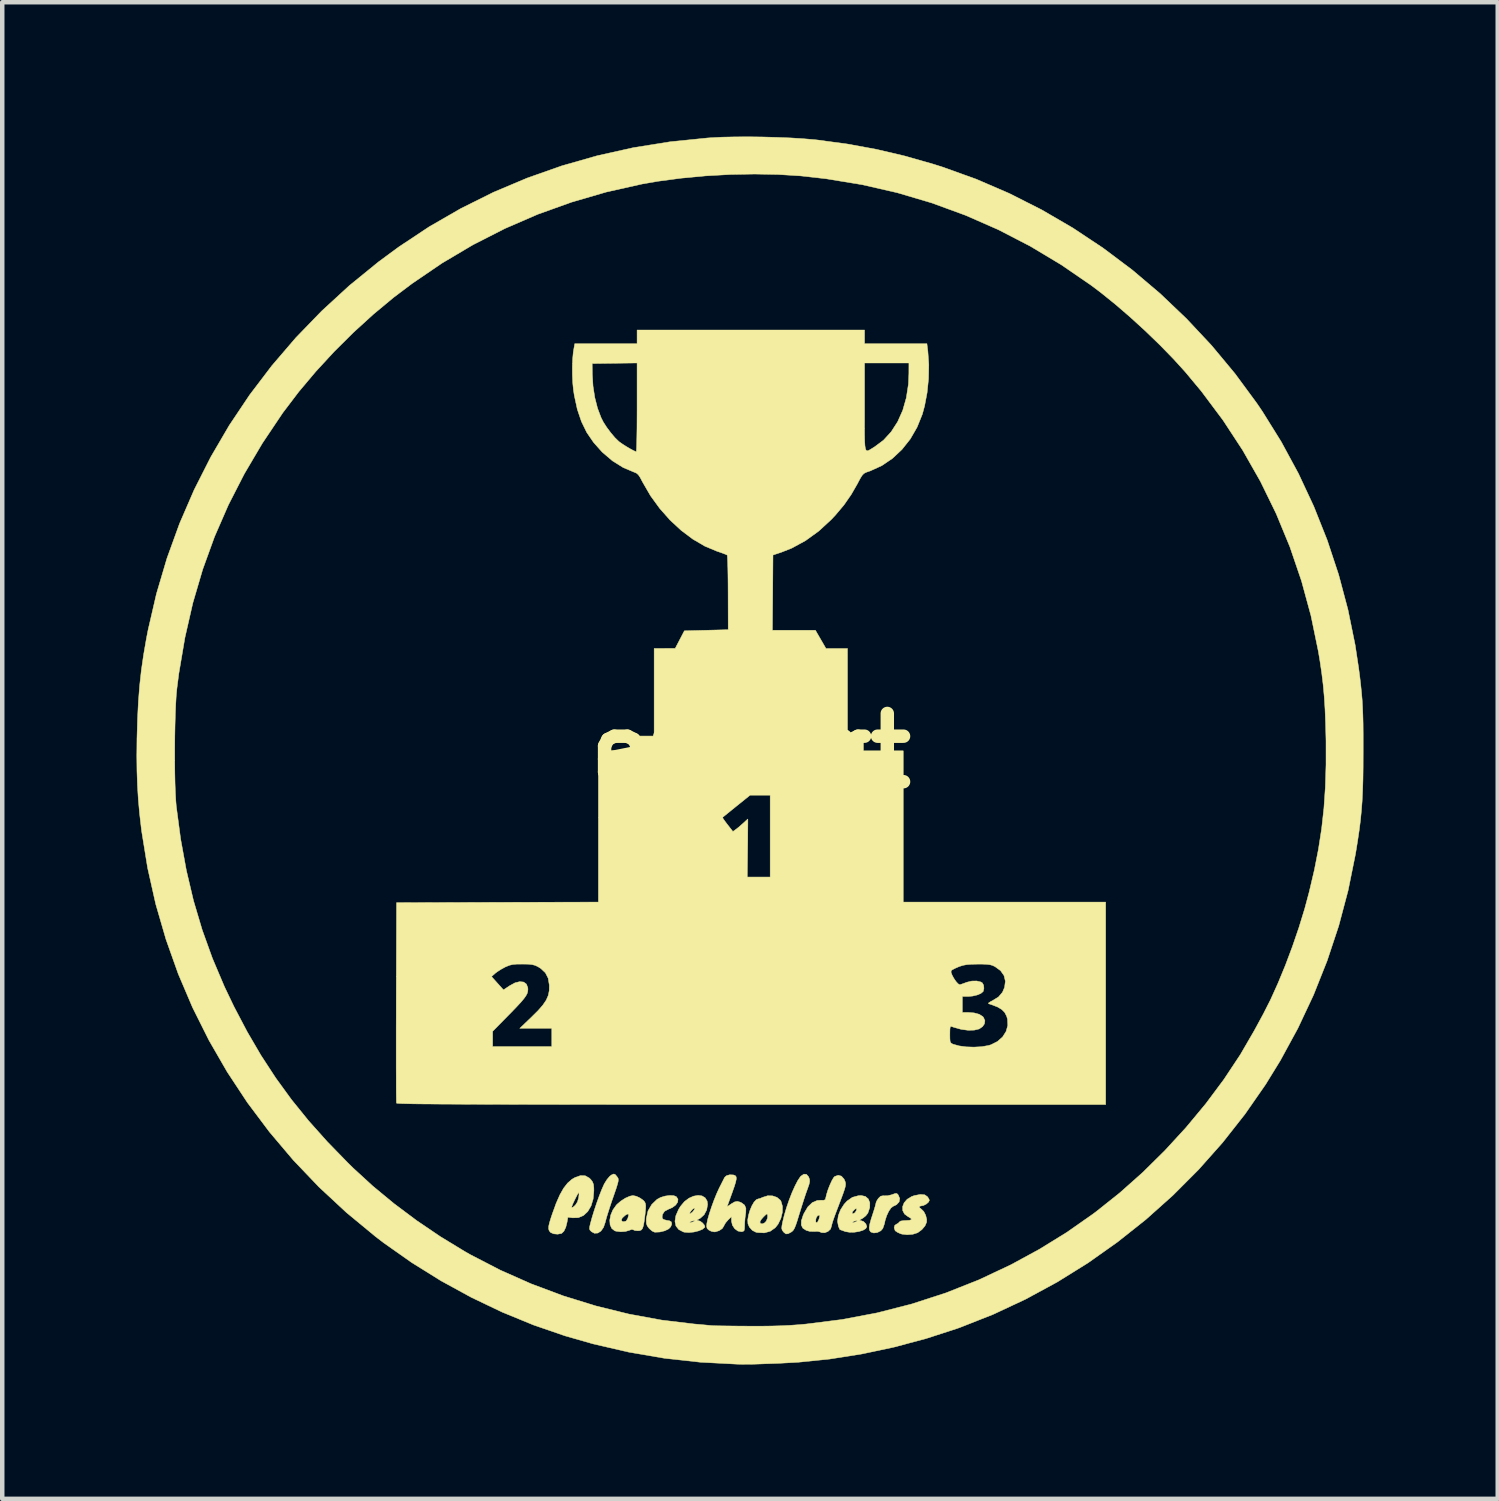
<source format=kicad_pcb>
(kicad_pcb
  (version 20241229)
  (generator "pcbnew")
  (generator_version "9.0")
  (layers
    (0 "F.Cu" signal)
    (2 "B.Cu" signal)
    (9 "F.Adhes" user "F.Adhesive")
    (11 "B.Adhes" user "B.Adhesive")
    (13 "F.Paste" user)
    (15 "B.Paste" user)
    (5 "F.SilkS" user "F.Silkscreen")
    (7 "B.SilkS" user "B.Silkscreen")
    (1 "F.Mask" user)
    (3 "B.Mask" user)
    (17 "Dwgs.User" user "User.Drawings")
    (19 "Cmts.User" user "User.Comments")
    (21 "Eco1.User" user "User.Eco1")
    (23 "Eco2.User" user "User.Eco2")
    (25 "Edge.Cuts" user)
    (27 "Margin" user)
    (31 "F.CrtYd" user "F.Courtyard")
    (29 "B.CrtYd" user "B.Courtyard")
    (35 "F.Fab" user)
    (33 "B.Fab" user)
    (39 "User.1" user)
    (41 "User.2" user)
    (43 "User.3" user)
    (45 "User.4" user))
  (footprint "export"
    (layer "F.Cu")
    (at 13.718 13.718)
    (property "Reference" "export" (at 0 0 0) (layer "F.SilkS") (effects (font (size 1.524 1.524) (thickness 0.3))))
    (attr through_hole)
    (fp_poly (pts (xy -3.032 9.459) (xy -2.996 9.5) (xy -2.976 9.526) (xy -2.963 9.55) (xy -2.959 9.581) (xy -2.964 9.625) (xy -2.981 9.689) (xy -3.01 9.782) (xy -3.054 9.91) (xy -3.097 10.033) (xy -3.144 10.173) (xy -3.187 10.308) (xy -3.223 10.424) (xy -3.246 10.51) (xy -3.251 10.531) (xy -3.29 10.644) (xy -3.348 10.726) (xy -3.418 10.77) (xy -3.493 10.774) (xy -3.554 10.742) (xy -3.589 10.709) (xy -3.603 10.677) (xy -3.599 10.627) (xy -3.583 10.559) (xy -3.546 10.423) (xy -3.498 10.267) (xy -3.444 10.104) (xy -3.387 9.946) (xy -3.333 9.807) (xy -3.285 9.698) (xy -3.269 9.665) (xy -3.213 9.576) (xy -3.155 9.506) (xy -3.117 9.475) (xy -3.065 9.451) (xy -3.032 9.459)) (stroke (width 0.01) (type solid)) (fill yes) (layer "F.SilkS"))
    (fp_poly (pts (xy -1.722 9.934) (xy -1.664 9.957) (xy -1.627 10.013) (xy -1.633 10.078) (xy -1.678 10.144) (xy -1.755 10.201) (xy -1.835 10.235) (xy -1.926 10.283) (xy -1.973 10.354) (xy -1.981 10.412) (xy -1.974 10.445) (xy -1.945 10.468) (xy -1.883 10.485) (xy -1.816 10.496) (xy -1.775 10.521) (xy -1.766 10.57) (xy -1.788 10.628) (xy -1.832 10.675) (xy -1.92 10.719) (xy -2.03 10.746) (xy -2.136 10.751) (xy -2.152 10.749) (xy -2.204 10.725) (xy -2.262 10.675) (xy -2.275 10.661) (xy -2.314 10.608) (xy -2.332 10.556) (xy -2.335 10.484) (xy -2.332 10.437) (xy -2.296 10.275) (xy -2.213 10.132) (xy -2.094 10.017) (xy -2.014 9.974) (xy -1.915 9.944) (xy -1.812 9.93) (xy -1.722 9.934)) (stroke (width 0.01) (type solid)) (fill yes) (layer "F.SilkS"))
    (fp_poly (pts (xy 1.243 9.459) (xy 1.29 9.513) (xy 1.297 9.529) (xy 1.312 9.574) (xy 1.314 9.62) (xy 1.302 9.679) (xy 1.272 9.766) (xy 1.259 9.802) (xy 1.224 9.9) (xy 1.181 10.031) (xy 1.134 10.179) (xy 1.088 10.328) (xy 1.081 10.349) (xy 1.038 10.491) (xy 1.004 10.592) (xy 0.976 10.66) (xy 0.95 10.705) (xy 0.922 10.734) (xy 0.9 10.749) (xy 0.832 10.785) (xy 0.785 10.789) (xy 0.744 10.759) (xy 0.725 10.739) (xy 0.7 10.703) (xy 0.69 10.664) (xy 0.695 10.606) (xy 0.709 10.53) (xy 0.747 10.372) (xy 0.797 10.203) (xy 0.856 10.031) (xy 0.92 9.866) (xy 0.986 9.719) (xy 1.048 9.599) (xy 1.104 9.515) (xy 1.118 9.499) (xy 1.185 9.454) (xy 1.243 9.459)) (stroke (width 0.01) (type solid)) (fill yes) (layer "F.SilkS"))
    (fp_poly (pts (xy 3.283 9.906) (xy 3.292 9.919) (xy 3.326 9.998) (xy 3.312 10.074) (xy 3.255 10.136) (xy 3.179 10.172) (xy 3.131 10.209) (xy 3.08 10.283) (xy 3.034 10.382) (xy 2.998 10.494) (xy 2.985 10.56) (xy 2.948 10.667) (xy 2.903 10.719) (xy 2.826 10.758) (xy 2.746 10.768) (xy 2.681 10.747) (xy 2.672 10.739) (xy 2.65 10.703) (xy 2.644 10.65) (xy 2.656 10.572) (xy 2.686 10.461) (xy 2.718 10.363) (xy 2.751 10.26) (xy 2.777 10.173) (xy 2.792 10.114) (xy 2.794 10.1) (xy 2.809 10.057) (xy 2.845 10.001) (xy 2.848 9.996) (xy 2.899 9.947) (xy 2.956 9.936) (xy 2.98 9.938) (xy 3.054 9.936) (xy 3.14 9.916) (xy 3.157 9.91) (xy 3.222 9.887) (xy 3.258 9.885) (xy 3.283 9.906)) (stroke (width 0.01) (type solid)) (fill yes) (layer "F.SilkS"))
    (fp_poly (pts (xy 0.485 9.939) (xy 0.584 9.973) (xy 0.658 10.035) (xy 0.674 10.06) (xy 0.707 10.173) (xy 0.705 10.306) (xy 0.671 10.443) (xy 0.609 10.571) (xy 0.547 10.649) (xy 0.435 10.729) (xy 0.3 10.766) (xy 0.147 10.758) (xy 0.114 10.751) (xy 0.034 10.71) (xy -0.032 10.637) (xy -0.064 10.564) (xy -0.066 10.526) (xy 0.203 10.526) (xy 0.22 10.56) (xy 0.261 10.564) (xy 0.31 10.541) (xy 0.344 10.504) (xy 0.372 10.438) (xy 0.376 10.384) (xy 0.369 10.35) (xy 0.355 10.344) (xy 0.322 10.371) (xy 0.286 10.406) (xy 0.235 10.463) (xy 0.206 10.513) (xy 0.203 10.526) (xy -0.066 10.526) (xy -0.069 10.477) (xy -0.052 10.373) (xy -0.02 10.265) (xy 0.023 10.162) (xy 0.072 10.078) (xy 0.124 10.023) (xy 0.162 10.008) (xy 0.208 9.996) (xy 0.27 9.97) (xy 0.375 9.937) (xy 0.485 9.939)) (stroke (width 0.01) (type solid)) (fill yes) (layer "F.SilkS"))
    (fp_poly (pts (xy -2.557 9.948) (xy -2.471 9.989) (xy -2.398 10.042) (xy -2.372 10.072) (xy -2.355 10.107) (xy -2.347 10.154) (xy -2.349 10.224) (xy -2.359 10.329) (xy -2.363 10.367) (xy -2.381 10.507) (xy -2.398 10.604) (xy -2.419 10.667) (xy -2.446 10.701) (xy -2.484 10.716) (xy -2.525 10.719) (xy -2.588 10.713) (xy -2.626 10.697) (xy -2.628 10.695) (xy -2.659 10.688) (xy -2.712 10.708) (xy -2.8 10.734) (xy -2.908 10.741) (xy -3.011 10.728) (xy -3.04 10.719) (xy -3.106 10.667) (xy -3.143 10.585) (xy -3.15 10.482) (xy -3.15 10.481) (xy -2.892 10.481) (xy -2.872 10.51) (xy -2.836 10.516) (xy -2.785 10.502) (xy -2.752 10.452) (xy -2.746 10.435) (xy -2.728 10.368) (xy -2.739 10.342) (xy -2.78 10.357) (xy -2.813 10.38) (xy -2.872 10.435) (xy -2.892 10.481) (xy -3.15 10.481) (xy -3.129 10.369) (xy -3.081 10.254) (xy -3.006 10.148) (xy -2.991 10.131) (xy -2.901 10.054) (xy -2.8 9.989) (xy -2.701 9.946) (xy -2.633 9.932) (xy -2.557 9.948)) (stroke (width 0.01) (type solid)) (fill yes) (layer "F.SilkS"))
    (fp_poly (pts (xy 3.884 9.916) (xy 3.946 9.959) (xy 3.948 9.962) (xy 3.978 10.011) (xy 3.988 10.039) (xy 3.967 10.08) (xy 3.917 10.123) (xy 3.856 10.154) (xy 3.823 10.16) (xy 3.77 10.171) (xy 3.764 10.199) (xy 3.806 10.234) (xy 3.807 10.234) (xy 3.862 10.288) (xy 3.905 10.371) (xy 3.928 10.464) (xy 3.926 10.526) (xy 3.89 10.61) (xy 3.819 10.694) (xy 3.729 10.76) (xy 3.721 10.764) (xy 3.618 10.797) (xy 3.494 10.807) (xy 3.377 10.794) (xy 3.343 10.784) (xy 3.275 10.753) (xy 3.229 10.722) (xy 3.222 10.714) (xy 3.201 10.651) (xy 3.215 10.598) (xy 3.249 10.574) (xy 3.297 10.547) (xy 3.312 10.526) (xy 3.348 10.501) (xy 3.431 10.49) (xy 3.452 10.49) (xy 3.543 10.485) (xy 3.586 10.469) (xy 3.579 10.444) (xy 3.522 10.408) (xy 3.516 10.406) (xy 3.433 10.345) (xy 3.392 10.266) (xy 3.39 10.18) (xy 3.424 10.093) (xy 3.492 10.015) (xy 3.592 9.954) (xy 3.652 9.933) (xy 3.786 9.907) (xy 3.884 9.916)) (stroke (width 0.01) (type solid)) (fill yes) (layer "F.SilkS"))
    (fp_poly (pts (xy -3.696 9.491) (xy -3.604 9.543) (xy -3.57 9.579) (xy -3.534 9.629) (xy -3.514 9.684) (xy -3.506 9.76) (xy -3.505 9.827) (xy -3.521 10.008) (xy -3.568 10.164) (xy -3.641 10.288) (xy -3.736 10.377) (xy -3.851 10.426) (xy -3.977 10.43) (xy -4.085 10.416) (xy -4.103 10.523) (xy -4.132 10.64) (xy -4.174 10.728) (xy -4.224 10.777) (xy -4.23 10.779) (xy -4.314 10.795) (xy -4.401 10.787) (xy -4.468 10.759) (xy -4.479 10.749) (xy -4.505 10.714) (xy -4.516 10.673) (xy -4.514 10.618) (xy -4.496 10.539) (xy -4.462 10.427) (xy -4.434 10.343) (xy -4.376 10.184) (xy -4.001 10.184) (xy -3.999 10.201) (xy -3.971 10.19) (xy -3.961 10.185) (xy -3.915 10.142) (xy -3.874 10.077) (xy -3.871 10.07) (xy -3.847 9.99) (xy -3.837 9.916) (xy -3.837 9.913) (xy -3.839 9.873) (xy -3.848 9.869) (xy -3.87 9.904) (xy -3.891 9.944) (xy -3.934 10.03) (xy -3.973 10.113) (xy -3.98 10.13) (xy -4.001 10.184) (xy -4.376 10.184) (xy -4.349 10.108) (xy -4.265 9.917) (xy -4.181 9.768) (xy -4.092 9.654) (xy -3.996 9.57) (xy -3.926 9.529) (xy -3.803 9.486) (xy -3.696 9.491)) (stroke (width 0.01) (type solid)) (fill yes) (layer "F.SilkS"))
    (fp_poly (pts (xy -1.09 9.94) (xy -1.02 9.982) (xy -0.976 10.053) (xy -0.965 10.128) (xy -0.986 10.253) (xy -1.043 10.361) (xy -1.128 10.438) (xy -1.143 10.446) (xy -1.194 10.474) (xy -1.2 10.488) (xy -1.179 10.49) (xy -1.129 10.506) (xy -1.077 10.545) (xy -1.038 10.592) (xy -1.025 10.633) (xy -1.028 10.641) (xy -1.079 10.685) (xy -1.166 10.721) (xy -1.272 10.747) (xy -1.382 10.758) (xy -1.48 10.751) (xy -1.508 10.744) (xy -1.61 10.691) (xy -1.673 10.611) (xy -1.688 10.535) (xy -1.366 10.535) (xy -1.348 10.537) (xy -1.3 10.523) (xy -1.283 10.516) (xy -1.254 10.498) (xy -1.27 10.492) (xy -1.324 10.504) (xy -1.346 10.516) (xy -1.366 10.535) (xy -1.688 10.535) (xy -1.694 10.506) (xy -1.674 10.382) (xy -1.65 10.327) (xy -1.367 10.327) (xy -1.359 10.337) (xy -1.348 10.334) (xy -1.308 10.305) (xy -1.273 10.263) (xy -1.249 10.221) (xy -1.257 10.212) (xy -1.268 10.214) (xy -1.308 10.243) (xy -1.343 10.286) (xy -1.367 10.327) (xy -1.65 10.327) (xy -1.613 10.242) (xy -1.568 10.169) (xy -1.482 10.067) (xy -1.383 9.992) (xy -1.28 9.946) (xy -1.179 9.928) (xy -1.09 9.94)) (stroke (width 0.01) (type solid)) (fill yes) (layer "F.SilkS"))
    (fp_poly (pts (xy -0.388 9.472) (xy -0.381 9.474) (xy -0.346 9.488) (xy -0.327 9.515) (xy -0.324 9.56) (xy -0.338 9.631) (xy -0.37 9.734) (xy -0.42 9.877) (xy -0.428 9.898) (xy -0.531 10.183) (xy -0.44 10.12) (xy -0.364 10.075) (xy -0.304 10.062) (xy -0.241 10.078) (xy -0.204 10.096) (xy -0.139 10.146) (xy -0.11 10.215) (xy -0.112 10.315) (xy -0.117 10.345) (xy -0.129 10.436) (xy -0.137 10.544) (xy -0.138 10.592) (xy -0.141 10.672) (xy -0.15 10.715) (xy -0.174 10.733) (xy -0.21 10.74) (xy -0.288 10.725) (xy -0.359 10.673) (xy -0.411 10.595) (xy -0.432 10.505) (xy -0.432 10.5) (xy -0.432 10.404) (xy -0.509 10.478) (xy -0.562 10.54) (xy -0.597 10.599) (xy -0.601 10.611) (xy -0.638 10.669) (xy -0.707 10.716) (xy -0.791 10.742) (xy -0.819 10.744) (xy -0.884 10.73) (xy -0.937 10.703) (xy -0.975 10.668) (xy -0.987 10.623) (xy -0.982 10.556) (xy -0.962 10.459) (xy -0.924 10.329) (xy -0.875 10.181) (xy -0.819 10.028) (xy -0.76 9.883) (xy -0.703 9.759) (xy -0.697 9.748) (xy -0.651 9.657) (xy -0.612 9.58) (xy -0.588 9.532) (xy -0.585 9.526) (xy -0.542 9.488) (xy -0.47 9.468) (xy -0.388 9.472)) (stroke (width 0.01) (type solid)) (fill yes) (layer "F.SilkS"))
    (fp_poly (pts (xy 2.024 9.499) (xy 2.082 9.564) (xy 2.095 9.592) (xy 2.108 9.624) (xy 2.115 9.654) (xy 2.116 9.689) (xy 2.109 9.736) (xy 2.091 9.799) (xy 2.061 9.887) (xy 2.017 10.005) (xy 1.959 10.159) (xy 1.908 10.292) (xy 1.866 10.405) (xy 1.832 10.503) (xy 1.81 10.577) (xy 1.803 10.611) (xy 1.781 10.68) (xy 1.725 10.733) (xy 1.651 10.763) (xy 1.576 10.759) (xy 1.549 10.746) (xy 1.5 10.732) (xy 1.429 10.734) (xy 1.421 10.735) (xy 1.315 10.732) (xy 1.238 10.71) (xy 1.163 10.662) (xy 1.127 10.592) (xy 1.129 10.497) (xy 1.134 10.48) (xy 1.449 10.48) (xy 1.452 10.525) (xy 1.471 10.541) (xy 1.494 10.52) (xy 1.519 10.467) (xy 1.522 10.461) (xy 1.539 10.392) (xy 1.529 10.366) (xy 1.493 10.383) (xy 1.487 10.388) (xy 1.461 10.428) (xy 1.449 10.48) (xy 1.134 10.48) (xy 1.169 10.372) (xy 1.189 10.328) (xy 1.273 10.186) (xy 1.372 10.09) (xy 1.483 10.042) (xy 1.566 10.037) (xy 1.631 10.038) (xy 1.662 10.022) (xy 1.671 9.995) (xy 1.692 9.904) (xy 1.725 9.799) (xy 1.767 9.693) (xy 1.81 9.599) (xy 1.849 9.532) (xy 1.872 9.507) (xy 1.951 9.479) (xy 2.024 9.499)) (stroke (width 0.01) (type solid)) (fill yes) (layer "F.SilkS"))
    (fp_poly (pts (xy 2.559 9.952) (xy 2.624 10.008) (xy 2.658 10.093) (xy 2.656 10.199) (xy 2.616 10.319) (xy 2.613 10.326) (xy 2.567 10.385) (xy 2.5 10.438) (xy 2.49 10.443) (xy 2.439 10.473) (xy 2.432 10.487) (xy 2.454 10.49) (xy 2.517 10.512) (xy 2.569 10.564) (xy 2.591 10.627) (xy 2.567 10.67) (xy 2.506 10.707) (xy 2.417 10.735) (xy 2.315 10.751) (xy 2.21 10.753) (xy 2.116 10.738) (xy 2.095 10.731) (xy 2.033 10.708) (xy 1.995 10.695) (xy 1.991 10.694) (xy 1.98 10.673) (xy 1.958 10.622) (xy 1.956 10.617) (xy 1.941 10.535) (xy 2.266 10.535) (xy 2.285 10.537) (xy 2.332 10.523) (xy 2.349 10.516) (xy 2.378 10.498) (xy 2.362 10.492) (xy 2.308 10.504) (xy 2.286 10.516) (xy 2.266 10.535) (xy 1.941 10.535) (xy 1.936 10.508) (xy 1.954 10.382) (xy 1.974 10.329) (xy 2.262 10.329) (xy 2.281 10.338) (xy 2.315 10.322) (xy 2.332 10.307) (xy 2.359 10.26) (xy 2.362 10.24) (xy 2.355 10.22) (xy 2.327 10.236) (xy 2.311 10.249) (xy 2.27 10.296) (xy 2.262 10.329) (xy 1.974 10.329) (xy 2.004 10.251) (xy 2.084 10.126) (xy 2.15 10.054) (xy 2.268 9.972) (xy 2.403 9.935) (xy 2.464 9.931) (xy 2.559 9.952)) (stroke (width 0.01) (type solid)) (fill yes) (layer "F.SilkS"))
    (fp_poly (pts (xy 0.264 -13.709) (xy 0.583 -13.7) (xy 0.89 -13.688) (xy 1.174 -13.67) (xy 1.423 -13.649) (xy 1.486 -13.642) (xy 2.157 -13.552) (xy 2.8 -13.434) (xy 3.432 -13.286) (xy 4.071 -13.104) (xy 4.28 -13.038) (xy 5.034 -12.767) (xy 5.773 -12.448) (xy 6.493 -12.084) (xy 7.192 -11.677) (xy 7.868 -11.228) (xy 8.518 -10.74) (xy 9.14 -10.213) (xy 9.731 -9.65) (xy 10.29 -9.053) (xy 10.814 -8.423) (xy 11.3 -7.763) (xy 11.423 -7.582) (xy 11.846 -6.902) (xy 12.23 -6.193) (xy 12.573 -5.459) (xy 12.873 -4.705) (xy 13.128 -3.934) (xy 13.336 -3.152) (xy 13.497 -2.362) (xy 13.574 -1.854) (xy 13.601 -1.648) (xy 13.622 -1.465) (xy 13.639 -1.298) (xy 13.653 -1.137) (xy 13.662 -0.974) (xy 13.669 -0.8) (xy 13.674 -0.607) (xy 13.676 -0.384) (xy 13.676 -0.125) (xy 13.676 0.038) (xy 13.675 0.364) (xy 13.671 0.649) (xy 13.663 0.901) (xy 13.652 1.131) (xy 13.635 1.349) (xy 13.614 1.562) (xy 13.586 1.782) (xy 13.551 2.017) (xy 13.509 2.276) (xy 13.502 2.317) (xy 13.34 3.117) (xy 13.13 3.909) (xy 12.871 4.689) (xy 12.567 5.453) (xy 12.218 6.196) (xy 11.826 6.916) (xy 11.497 7.451) (xy 11.037 8.113) (xy 10.538 8.747) (xy 10 9.353) (xy 9.427 9.927) (xy 8.823 10.467) (xy 8.188 10.971) (xy 7.528 11.438) (xy 6.843 11.864) (xy 6.137 12.247) (xy 5.413 12.586) (xy 4.673 12.878) (xy 4.623 12.896) (xy 3.918 13.125) (xy 3.201 13.317) (xy 2.481 13.47) (xy 1.765 13.583) (xy 1.062 13.655) (xy 0.625 13.679) (xy 0.476 13.684) (xy 0.331 13.689) (xy 0.204 13.694) (xy 0.11 13.697) (xy 0.089 13.698) (xy -0.008 13.7) (xy -0.134 13.7) (xy -0.265 13.699) (xy -0.305 13.698) (xy -1.124 13.655) (xy -1.93 13.566) (xy -2.727 13.429) (xy -3.522 13.245) (xy -4.148 13.066) (xy -4.851 12.824) (xy -5.553 12.536) (xy -6.245 12.205) (xy -6.921 11.835) (xy -7.573 11.429) (xy -8.195 10.991) (xy -8.382 10.848) (xy -9.032 10.311) (xy -9.645 9.741) (xy -10.218 9.141) (xy -10.751 8.511) (xy -11.244 7.854) (xy -11.694 7.171) (xy -12.102 6.464) (xy -12.467 5.734) (xy -12.787 4.983) (xy -13.061 4.212) (xy -13.29 3.424) (xy -13.471 2.618) (xy -13.604 1.798) (xy -13.613 1.727) (xy -13.651 1.399) (xy -13.679 1.086) (xy -13.698 0.775) (xy -13.709 0.453) (xy -13.713 0.107) (xy -13.711 -0.046) (xy -12.866 -0.046) (xy -12.866 0.223) (xy -12.864 0.483) (xy -12.859 0.724) (xy -12.851 0.939) (xy -12.841 1.119) (xy -12.832 1.232) (xy -12.734 1.969) (xy -12.606 2.671) (xy -12.447 3.345) (xy -12.253 3.998) (xy -12.023 4.637) (xy -11.755 5.269) (xy -11.543 5.712) (xy -11.247 6.275) (xy -10.938 6.804) (xy -10.61 7.306) (xy -10.259 7.789) (xy -9.877 8.261) (xy -9.459 8.729) (xy -8.999 9.202) (xy -8.882 9.317) (xy -8.444 9.719) (xy -7.966 10.114) (xy -7.458 10.494) (xy -6.931 10.851) (xy -6.395 11.177) (xy -6.264 11.252) (xy -5.595 11.598) (xy -4.9 11.906) (xy -4.186 12.173) (xy -3.458 12.398) (xy -2.723 12.579) (xy -1.987 12.714) (xy -1.27 12.8) (xy -1.141 12.811) (xy -1.024 12.822) (xy -0.931 12.831) (xy -0.876 12.836) (xy -0.876 12.836) (xy -0.832 12.838) (xy -0.744 12.841) (xy -0.619 12.843) (xy -0.465 12.845) (xy -0.289 12.847) (xy -0.098 12.848) (xy -0.049 12.849) (xy 0.229 12.849) (xy 0.468 12.846) (xy 0.682 12.84) (xy 0.882 12.83) (xy 1.08 12.816) (xy 1.234 12.802) (xy 2.034 12.701) (xy 2.821 12.552) (xy 3.594 12.354) (xy 4.352 12.108) (xy 5.092 11.815) (xy 5.81 11.477) (xy 6.449 11.129) (xy 7.055 10.755) (xy 7.642 10.344) (xy 7.709 10.294) (xy 8.238 9.873) (xy 8.753 9.415) (xy 9.248 8.926) (xy 9.719 8.413) (xy 10.161 7.881) (xy 10.567 7.336) (xy 10.933 6.784) (xy 11.244 6.248) (xy 11.308 6.13) (xy 11.378 6.001) (xy 11.439 5.888) (xy 11.441 5.885) (xy 11.608 5.556) (xy 11.775 5.186) (xy 11.939 4.788) (xy 12.095 4.372) (xy 12.24 3.949) (xy 12.369 3.529) (xy 12.47 3.152) (xy 12.585 2.664) (xy 12.677 2.196) (xy 12.748 1.739) (xy 12.799 1.28) (xy 12.831 0.808) (xy 12.846 0.312) (xy 12.846 -0.221) (xy 12.845 -0.271) (xy 12.836 -0.618) (xy 12.824 -0.927) (xy 12.806 -1.209) (xy 12.782 -1.475) (xy 12.75 -1.738) (xy 12.71 -2.009) (xy 12.674 -2.223) (xy 12.51 -3.017) (xy 12.298 -3.795) (xy 12.039 -4.555) (xy 11.733 -5.296) (xy 11.382 -6.015) (xy 10.986 -6.711) (xy 10.546 -7.383) (xy 10.062 -8.03) (xy 9.706 -8.458) (xy 9.436 -8.755) (xy 9.135 -9.064) (xy 8.811 -9.377) (xy 8.476 -9.683) (xy 8.141 -9.972) (xy 7.815 -10.235) (xy 7.607 -10.392) (xy 6.934 -10.854) (xy 6.24 -11.27) (xy 5.526 -11.639) (xy 4.792 -11.961) (xy 4.04 -12.236) (xy 3.27 -12.464) (xy 2.484 -12.644) (xy 1.681 -12.776) (xy 1.111 -12.84) (xy 0.614 -12.871) (xy 0.086 -12.881) (xy -0.461 -12.871) (xy -1.012 -12.84) (xy -1.554 -12.789) (xy -2.073 -12.72) (xy -2.426 -12.659) (xy -3.224 -12.48) (xy -4 -12.254) (xy -4.756 -11.983) (xy -5.49 -11.665) (xy -6.203 -11.302) (xy -6.895 -10.892) (xy -7.566 -10.435) (xy -7.976 -10.126) (xy -8.425 -9.753) (xy -8.871 -9.347) (xy -9.304 -8.917) (xy -9.715 -8.471) (xy -10.095 -8.02) (xy -10.436 -7.571) (xy -10.456 -7.544) (xy -10.908 -6.87) (xy -11.311 -6.187) (xy -11.667 -5.492) (xy -11.977 -4.781) (xy -12.241 -4.052) (xy -12.461 -3.303) (xy -12.638 -2.529) (xy -12.774 -1.728) (xy -12.818 -1.384) (xy -12.832 -1.237) (xy -12.843 -1.048) (xy -12.852 -0.826) (xy -12.859 -0.579) (xy -12.864 -0.316) (xy -12.866 -0.046) (xy -13.711 -0.046) (xy -13.709 -0.275) (xy -13.708 -0.305) (xy -13.696 -0.723) (xy -13.677 -1.103) (xy -13.649 -1.458) (xy -13.611 -1.802) (xy -13.561 -2.146) (xy -13.499 -2.504) (xy -13.462 -2.695) (xy -13.274 -3.507) (xy -13.039 -4.301) (xy -12.758 -5.076) (xy -12.432 -5.829) (xy -12.062 -6.56) (xy -11.649 -7.267) (xy -11.193 -7.948) (xy -10.696 -8.602) (xy -10.159 -9.228) (xy -9.583 -9.823) (xy -8.968 -10.388) (xy -8.316 -10.919) (xy -7.861 -11.254) (xy -7.181 -11.705) (xy -6.475 -12.112) (xy -5.746 -12.475) (xy -4.994 -12.792) (xy -4.223 -13.064) (xy -3.432 -13.29) (xy -2.625 -13.47) (xy -1.801 -13.602) (xy -0.963 -13.687) (xy -0.889 -13.692) (xy -0.643 -13.705) (xy -0.361 -13.711) (xy -0.055 -13.713) (xy 0.264 -13.709)) (stroke (width 0.01) (type solid)) (fill yes) (layer "F.SilkS"))
    (fp_poly (pts (xy 2.54 -9.093) (xy 3.933 -9.093) (xy 3.954 -8.922) (xy 3.975 -8.625) (xy 3.969 -8.312) (xy 3.937 -7.998) (xy 3.881 -7.702) (xy 3.831 -7.518) (xy 3.714 -7.228) (xy 3.561 -6.963) (xy 3.375 -6.729) (xy 3.162 -6.529) (xy 2.924 -6.368) (xy 2.667 -6.251) (xy 2.629 -6.238) (xy 2.569 -6.217) (xy 2.526 -6.193) (xy 2.489 -6.155) (xy 2.45 -6.094) (xy 2.399 -6) (xy 2.388 -5.977) (xy 2.242 -5.723) (xy 2.08 -5.49) (xy 1.888 -5.262) (xy 1.795 -5.163) (xy 1.517 -4.907) (xy 1.221 -4.693) (xy 0.912 -4.525) (xy 0.681 -4.434) (xy 0.495 -4.372) (xy 0.489 -3.532) (xy 0.482 -2.692) (xy 0.963 -2.692) (xy 1.443 -2.692) (xy 1.678 -2.286) (xy 1.918 -2.286) (xy 2.159 -2.286) (xy 2.159 -0.33) (xy 2.515 -0.33) (xy 2.515 0) (xy 3.404 0) (xy 3.404 3.378) (xy 7.925 3.378) (xy 7.925 7.899) (xy 0.012 7.899) (xy -0.766 7.899) (xy -1.495 7.899) (xy -2.175 7.899) (xy -2.81 7.899) (xy -3.399 7.898) (xy -3.944 7.898) (xy -4.447 7.897) (xy -4.909 7.897) (xy -5.332 7.896) (xy -5.717 7.895) (xy -6.065 7.894) (xy -6.378 7.893) (xy -6.658 7.891) (xy -6.905 7.89) (xy -7.121 7.888) (xy -7.308 7.887) (xy -7.467 7.885) (xy -7.599 7.883) (xy -7.706 7.88) (xy -7.789 7.878) (xy -7.849 7.875) (xy -7.889 7.872) (xy -7.91 7.869) (xy -7.913 7.868) (xy -7.915 7.838) (xy -7.916 7.761) (xy -7.918 7.641) (xy -7.919 7.481) (xy -7.919 7.286) (xy -7.92 7.058) (xy -7.92 6.801) (xy -7.92 6.52) (xy -7.92 6.217) (xy -7.919 5.897) (xy -7.919 5.613) (xy -7.917 5.042) (xy -5.791 5.042) (xy -5.524 5.339) (xy -5.388 5.248) (xy -5.268 5.182) (xy -5.161 5.155) (xy -5.074 5.164) (xy -5.012 5.209) (xy -4.981 5.288) (xy -4.978 5.326) (xy -4.982 5.372) (xy -4.995 5.42) (xy -5.023 5.472) (xy -5.069 5.536) (xy -5.136 5.616) (xy -5.231 5.718) (xy -5.355 5.847) (xy -5.427 5.92) (xy -5.766 6.265) (xy -5.766 6.604) (xy -4.445 6.604) (xy -4.445 6.332) (xy 4.445 6.332) (xy 4.446 6.429) (xy 4.451 6.488) (xy 4.466 6.521) (xy 4.493 6.541) (xy 4.52 6.553) (xy 4.648 6.589) (xy 4.807 6.611) (xy 4.981 6.617) (xy 5.152 6.608) (xy 5.303 6.582) (xy 5.362 6.565) (xy 5.509 6.491) (xy 5.623 6.39) (xy 5.701 6.267) (xy 5.739 6.132) (xy 5.732 5.991) (xy 5.713 5.926) (xy 5.67 5.843) (xy 5.605 5.777) (xy 5.511 5.721) (xy 5.377 5.669) (xy 5.31 5.648) (xy 5.309 5.632) (xy 5.349 5.604) (xy 5.401 5.577) (xy 5.531 5.497) (xy 5.62 5.393) (xy 5.667 5.282) (xy 5.685 5.145) (xy 5.655 5.02) (xy 5.578 4.91) (xy 5.456 4.821) (xy 5.452 4.819) (xy 5.398 4.793) (xy 5.34 4.777) (xy 5.268 4.768) (xy 5.168 4.764) (xy 5.067 4.764) (xy 4.927 4.767) (xy 4.822 4.775) (xy 4.738 4.791) (xy 4.659 4.816) (xy 4.644 4.822) (xy 4.563 4.857) (xy 4.5 4.89) (xy 4.475 4.91) (xy 4.472 4.947) (xy 4.495 5.009) (xy 4.534 5.081) (xy 4.581 5.15) (xy 4.628 5.202) (xy 4.666 5.224) (xy 4.672 5.223) (xy 4.719 5.207) (xy 4.791 5.181) (xy 4.826 5.168) (xy 4.935 5.142) (xy 5.044 5.14) (xy 5.135 5.162) (xy 5.17 5.182) (xy 5.198 5.233) (xy 5.206 5.304) (xy 5.191 5.37) (xy 5.187 5.377) (xy 5.138 5.418) (xy 5.055 5.453) (xy 4.953 5.477) (xy 4.852 5.486) (xy 4.724 5.486) (xy 4.724 5.842) (xy 4.845 5.842) (xy 4.986 5.853) (xy 5.101 5.884) (xy 5.178 5.933) (xy 5.194 5.95) (xy 5.228 6.026) (xy 5.217 6.098) (xy 5.175 6.159) (xy 5.1 6.211) (xy 4.989 6.238) (xy 4.852 6.241) (xy 4.697 6.22) (xy 4.535 6.175) (xy 4.489 6.159) (xy 4.467 6.155) (xy 4.453 6.171) (xy 4.447 6.217) (xy 4.445 6.303) (xy 4.445 6.332) (xy -4.445 6.332) (xy -4.445 6.198) (xy -5.16 6.198) (xy -4.897 5.946) (xy -4.752 5.802) (xy -4.645 5.679) (xy -4.57 5.569) (xy -4.524 5.464) (xy -4.502 5.357) (xy -4.5 5.24) (xy -4.5 5.232) (xy -4.526 5.078) (xy -4.588 4.957) (xy -4.69 4.861) (xy -4.758 4.819) (xy -4.819 4.791) (xy -4.885 4.774) (xy -4.97 4.765) (xy -5.089 4.763) (xy -5.105 4.763) (xy -5.228 4.764) (xy -5.317 4.772) (xy -5.389 4.789) (xy -5.461 4.818) (xy -5.486 4.829) (xy -5.579 4.88) (xy -5.667 4.937) (xy -5.709 4.969) (xy -5.791 5.042) (xy -7.917 5.042) (xy -7.912 3.391) (xy -5.658 3.384) (xy -3.404 3.378) (xy -3.404 1.487) (xy -0.631 1.487) (xy -0.621 1.51) (xy -0.586 1.561) (xy -0.533 1.632) (xy -0.52 1.649) (xy -0.4 1.802) (xy -0.333 1.754) (xy -0.274 1.708) (xy -0.202 1.645) (xy -0.168 1.615) (xy -0.113 1.564) (xy -0.076 1.531) (xy -0.067 1.524) (xy -0.066 1.548) (xy -0.066 1.617) (xy -0.067 1.722) (xy -0.068 1.859) (xy -0.069 2.019) (xy -0.071 2.172) (xy -0.079 2.819) (xy 0.432 2.819) (xy 0.432 0.991) (xy -0.017 0.991) (xy -0.32 1.235) (xy -0.425 1.32) (xy -0.515 1.393) (xy -0.584 1.449) (xy -0.624 1.481) (xy -0.631 1.487) (xy -3.404 1.487) (xy -3.404 0) (xy -2.515 0) (xy -2.515 -0.33) (xy -2.159 -0.33) (xy -2.159 -2.286) (xy -1.689 -2.287) (xy -1.484 -2.68) (xy -0.505 -2.705) (xy -0.507 -3.53) (xy -0.508 -3.73) (xy -0.51 -3.913) (xy -0.513 -4.074) (xy -0.517 -4.206) (xy -0.521 -4.303) (xy -0.525 -4.36) (xy -0.528 -4.371) (xy -0.559 -4.386) (xy -0.626 -4.412) (xy -0.717 -4.444) (xy -0.754 -4.456) (xy -1.025 -4.569) (xy -1.295 -4.727) (xy -1.557 -4.924) (xy -1.806 -5.155) (xy -2.035 -5.414) (xy -2.24 -5.696) (xy -2.413 -5.995) (xy -2.422 -6.011) (xy -2.472 -6.106) (xy -2.512 -6.165) (xy -2.552 -6.2) (xy -2.603 -6.222) (xy -2.609 -6.224) (xy -2.852 -6.327) (xy -3.089 -6.475) (xy -3.312 -6.665) (xy -3.326 -6.679) (xy -3.512 -6.888) (xy -3.664 -7.11) (xy -3.783 -7.354) (xy -3.875 -7.626) (xy -3.942 -7.935) (xy -3.962 -8.065) (xy -3.977 -8.218) (xy -3.985 -8.396) (xy -3.986 -8.58) (xy -3.983 -8.649) (xy -3.543 -8.649) (xy -3.54 -8.406) (xy -3.524 -8.145) (xy -3.484 -7.888) (xy -3.423 -7.65) (xy -3.344 -7.441) (xy -3.295 -7.344) (xy -3.219 -7.226) (xy -3.128 -7.104) (xy -3.036 -6.995) (xy -2.952 -6.913) (xy -2.931 -6.896) (xy -2.864 -6.849) (xy -2.782 -6.797) (xy -2.696 -6.746) (xy -2.621 -6.706) (xy -2.57 -6.683) (xy -2.559 -6.681) (xy -2.555 -6.705) (xy -2.551 -6.775) (xy -2.548 -6.884) (xy -2.545 -7.029) (xy -2.542 -7.202) (xy -2.542 -7.202) (xy 2.539 -7.202) (xy 2.54 -7.036) (xy 2.543 -6.907) (xy 2.549 -6.814) (xy 2.559 -6.751) (xy 2.574 -6.714) (xy 2.595 -6.7) (xy 2.624 -6.705) (xy 2.66 -6.724) (xy 2.707 -6.753) (xy 2.763 -6.788) (xy 2.765 -6.789) (xy 2.963 -6.937) (xy 3.135 -7.125) (xy 3.279 -7.349) (xy 3.393 -7.604) (xy 3.473 -7.885) (xy 3.52 -8.189) (xy 3.53 -8.426) (xy 3.531 -8.661) (xy 2.54 -8.661) (xy 2.54 -7.668) (xy 2.54 -7.412) (xy 2.539 -7.202) (xy -2.542 -7.202) (xy -2.541 -7.399) (xy -2.54 -7.614) (xy -2.54 -7.671) (xy -2.54 -8.662) (xy -3.543 -8.649) (xy -3.983 -8.649) (xy -3.979 -8.753) (xy -3.965 -8.899) (xy -3.96 -8.932) (xy -3.932 -9.093) (xy -2.54 -9.093) (xy -2.54 -9.398) (xy 2.54 -9.398) (xy 2.54 -9.093)) (stroke (width 0.01) (type solid)) (fill yes) (layer "F.SilkS")))
  (gr_rect
    (start -3 -3)
    (end 30.399 30.423)
    (stroke (width 0.1) (type default))
    (fill no)
    (layer "Edge.Cuts")))
</source>
